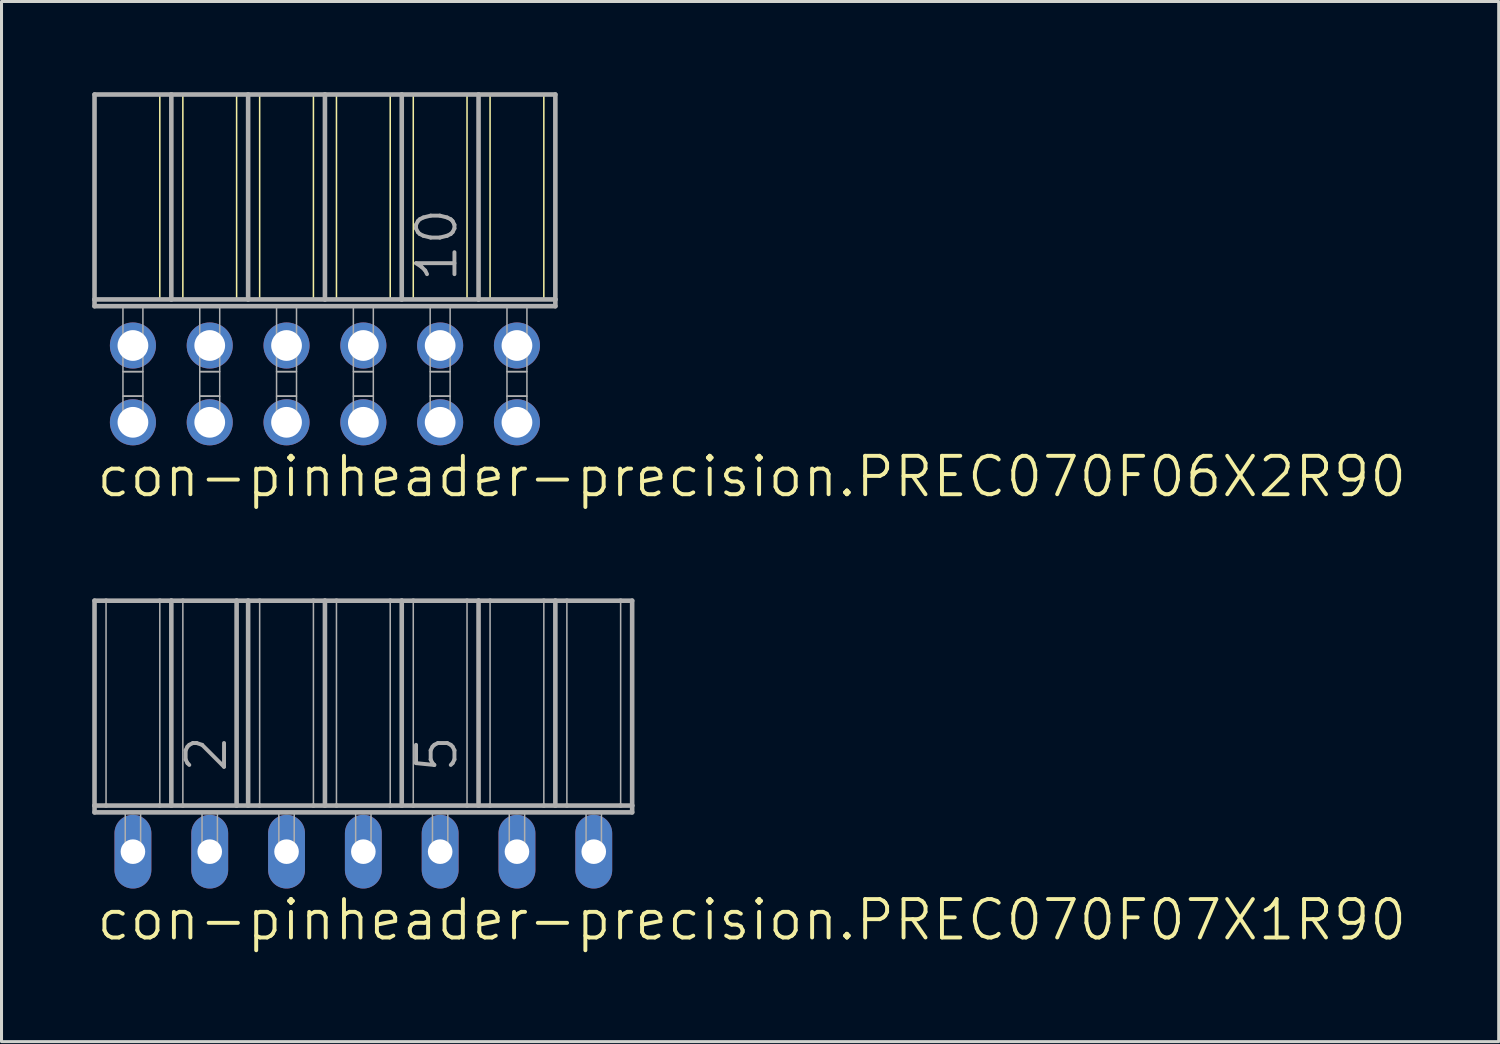
<source format=kicad_pcb>
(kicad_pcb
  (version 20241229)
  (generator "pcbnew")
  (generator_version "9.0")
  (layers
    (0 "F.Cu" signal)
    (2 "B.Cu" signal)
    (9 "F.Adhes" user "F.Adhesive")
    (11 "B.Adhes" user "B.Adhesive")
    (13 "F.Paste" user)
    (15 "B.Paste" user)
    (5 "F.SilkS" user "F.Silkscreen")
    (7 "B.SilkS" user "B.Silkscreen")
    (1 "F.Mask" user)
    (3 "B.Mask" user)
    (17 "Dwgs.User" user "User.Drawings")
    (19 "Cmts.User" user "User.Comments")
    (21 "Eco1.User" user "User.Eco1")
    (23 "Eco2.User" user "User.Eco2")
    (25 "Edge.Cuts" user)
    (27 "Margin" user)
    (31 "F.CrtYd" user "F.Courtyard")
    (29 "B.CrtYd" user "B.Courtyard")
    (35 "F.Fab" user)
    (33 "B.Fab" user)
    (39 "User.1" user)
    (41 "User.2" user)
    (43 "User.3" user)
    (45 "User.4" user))
  (footprint "con-pinheader-precision.PREC070F07X1R90"
    (layer "F.Cu")
    (at 8.966 25.115)
    (property "Reference" "con-pinheader-precision.PREC070F07X1R90" (at -8.89 3 0) (layer "F.SilkS") (effects (font (size 1.27 1.27) (thickness 0.13)) (justify left bottom)))
    (attr through_hole)
    (fp_line (start -8.89 -8.3) (end -8.509 -8.3) (stroke (width 0.152) (type default)) (layer "F.Fab"))
    (fp_line (start -8.89 -1.524) (end -8.89 -8.3) (stroke (width 0.152) (type default)) (layer "F.Fab"))
    (fp_line (start -8.89 -1.524) (end -8.509 -1.524) (stroke (width 0.152) (type default)) (layer "F.Fab"))
    (fp_line (start -8.89 -1.3) (end -8.89 -1.524) (stroke (width 0.152) (type default)) (layer "F.Fab"))
    (fp_line (start -8.89 -1.3) (end 8.89 -1.3) (stroke (width 0.152) (type default)) (layer "F.Fab"))
    (fp_line (start -8.509 -8.3) (end -8.509 -1.524) (stroke (width 0.051) (type default)) (layer "F.Fab"))
    (fp_line (start -8.509 -8.3) (end -6.731 -8.3) (stroke (width 0.152) (type default)) (layer "F.Fab"))
    (fp_line (start -8.509 -1.524) (end -6.731 -1.524) (stroke (width 0.152) (type default)) (layer "F.Fab"))
    (fp_line (start -6.731 -8.3) (end -6.731 -1.524) (stroke (width 0.051) (type default)) (layer "F.Fab"))
    (fp_line (start -6.731 -8.3) (end -6.35 -8.3) (stroke (width 0.152) (type default)) (layer "F.Fab"))
    (fp_line (start -6.731 -1.524) (end -6.35 -1.524) (stroke (width 0.152) (type default)) (layer "F.Fab"))
    (fp_line (start -6.35 -8.3) (end -6.35 -1.524) (stroke (width 0.152) (type default)) (layer "F.Fab"))
    (fp_line (start -6.35 -8.3) (end -5.969 -8.3) (stroke (width 0.152) (type default)) (layer "F.Fab"))
    (fp_line (start -6.35 -1.524) (end -5.969 -1.524) (stroke (width 0.152) (type default)) (layer "F.Fab"))
    (fp_line (start -5.969 -8.3) (end -5.969 -1.524) (stroke (width 0.051) (type default)) (layer "F.Fab"))
    (fp_line (start -5.969 -8.3) (end -4.191 -8.3) (stroke (width 0.152) (type default)) (layer "F.Fab"))
    (fp_line (start -5.969 -1.524) (end -4.191 -1.524) (stroke (width 0.152) (type default)) (layer "F.Fab"))
    (fp_line (start -4.191 -8.3) (end -4.191 -1.524) (stroke (width 0.152) (type default)) (layer "F.Fab"))
    (fp_line (start -4.191 -8.3) (end -3.81 -8.3) (stroke (width 0.152) (type default)) (layer "F.Fab"))
    (fp_line (start -4.191 -1.524) (end -3.81 -1.524) (stroke (width 0.152) (type default)) (layer "F.Fab"))
    (fp_line (start -3.81 -8.3) (end -3.81 -1.524) (stroke (width 0.152) (type default)) (layer "F.Fab"))
    (fp_line (start -3.81 -8.3) (end -3.429 -8.3) (stroke (width 0.152) (type default)) (layer "F.Fab"))
    (fp_line (start -3.81 -1.524) (end -3.429 -1.524) (stroke (width 0.152) (type default)) (layer "F.Fab"))
    (fp_line (start -3.429 -8.3) (end -3.429 -1.524) (stroke (width 0.051) (type default)) (layer "F.Fab"))
    (fp_line (start -3.429 -8.3) (end -1.651 -8.3) (stroke (width 0.152) (type default)) (layer "F.Fab"))
    (fp_line (start -3.429 -1.524) (end -1.651 -1.524) (stroke (width 0.152) (type default)) (layer "F.Fab"))
    (fp_line (start -1.651 -8.3) (end -1.651 -1.524) (stroke (width 0.051) (type default)) (layer "F.Fab"))
    (fp_line (start -1.651 -8.3) (end -1.27 -8.3) (stroke (width 0.152) (type default)) (layer "F.Fab"))
    (fp_line (start -1.651 -1.524) (end -1.27 -1.524) (stroke (width 0.152) (type default)) (layer "F.Fab"))
    (fp_line (start -1.27 -8.3) (end -1.27 -1.524) (stroke (width 0.152) (type default)) (layer "F.Fab"))
    (fp_line (start -1.27 -8.3) (end -0.889 -8.3) (stroke (width 0.152) (type default)) (layer "F.Fab"))
    (fp_line (start -1.27 -1.524) (end -0.889 -1.524) (stroke (width 0.152) (type default)) (layer "F.Fab"))
    (fp_line (start -0.889 -8.3) (end -0.889 -1.524) (stroke (width 0.051) (type default)) (layer "F.Fab"))
    (fp_line (start -0.889 -8.3) (end 0.889 -8.3) (stroke (width 0.152) (type default)) (layer "F.Fab"))
    (fp_line (start -0.889 -1.524) (end 0.889 -1.524) (stroke (width 0.152) (type default)) (layer "F.Fab"))
    (fp_line (start 0.889 -8.3) (end 0.889 -1.524) (stroke (width 0.051) (type default)) (layer "F.Fab"))
    (fp_line (start 0.889 -8.3) (end 1.27 -8.3) (stroke (width 0.152) (type default)) (layer "F.Fab"))
    (fp_line (start 0.889 -1.524) (end 1.27 -1.524) (stroke (width 0.152) (type default)) (layer "F.Fab"))
    (fp_line (start 1.27 -8.3) (end 1.27 -1.524) (stroke (width 0.152) (type default)) (layer "F.Fab"))
    (fp_line (start 1.27 -8.3) (end 1.651 -8.3) (stroke (width 0.152) (type default)) (layer "F.Fab"))
    (fp_line (start 1.27 -1.524) (end 1.651 -1.524) (stroke (width 0.152) (type default)) (layer "F.Fab"))
    (fp_line (start 1.651 -8.3) (end 1.651 -1.524) (stroke (width 0.051) (type default)) (layer "F.Fab"))
    (fp_line (start 1.651 -8.3) (end 3.429 -8.3) (stroke (width 0.152) (type default)) (layer "F.Fab"))
    (fp_line (start 1.651 -1.524) (end 3.429 -1.524) (stroke (width 0.152) (type default)) (layer "F.Fab"))
    (fp_line (start 3.429 -8.3) (end 3.429 -1.524) (stroke (width 0.051) (type default)) (layer "F.Fab"))
    (fp_line (start 3.429 -8.3) (end 3.81 -8.3) (stroke (width 0.152) (type default)) (layer "F.Fab"))
    (fp_line (start 3.429 -1.524) (end 3.81 -1.524) (stroke (width 0.152) (type default)) (layer "F.Fab"))
    (fp_line (start 3.81 -8.3) (end 3.81 -1.524) (stroke (width 0.152) (type default)) (layer "F.Fab"))
    (fp_line (start 3.81 -8.3) (end 4.191 -8.3) (stroke (width 0.152) (type default)) (layer "F.Fab"))
    (fp_line (start 3.81 -1.524) (end 4.191 -1.524) (stroke (width 0.152) (type default)) (layer "F.Fab"))
    (fp_line (start 4.191 -8.3) (end 4.191 -1.524) (stroke (width 0.051) (type default)) (layer "F.Fab"))
    (fp_line (start 4.191 -8.3) (end 5.969 -8.3) (stroke (width 0.152) (type default)) (layer "F.Fab"))
    (fp_line (start 4.191 -1.524) (end 5.969 -1.524) (stroke (width 0.152) (type default)) (layer "F.Fab"))
    (fp_line (start 5.969 -8.3) (end 5.969 -1.524) (stroke (width 0.051) (type default)) (layer "F.Fab"))
    (fp_line (start 5.969 -8.3) (end 6.35 -8.3) (stroke (width 0.152) (type default)) (layer "F.Fab"))
    (fp_line (start 5.969 -1.524) (end 6.35 -1.524) (stroke (width 0.152) (type default)) (layer "F.Fab"))
    (fp_line (start 6.35 -8.3) (end 6.35 -1.524) (stroke (width 0.152) (type default)) (layer "F.Fab"))
    (fp_line (start 6.35 -8.3) (end 6.731 -8.3) (stroke (width 0.152) (type default)) (layer "F.Fab"))
    (fp_line (start 6.35 -1.524) (end 6.731 -1.524) (stroke (width 0.152) (type default)) (layer "F.Fab"))
    (fp_line (start 6.731 -8.3) (end 6.731 -1.524) (stroke (width 0.051) (type default)) (layer "F.Fab"))
    (fp_line (start 6.731 -8.3) (end 8.509 -8.3) (stroke (width 0.152) (type default)) (layer "F.Fab"))
    (fp_line (start 6.731 -1.524) (end 8.509 -1.524) (stroke (width 0.152) (type default)) (layer "F.Fab"))
    (fp_line (start 8.509 -8.3) (end 8.509 -1.524) (stroke (width 0.051) (type default)) (layer "F.Fab"))
    (fp_line (start 8.509 -8.3) (end 8.89 -8.3) (stroke (width 0.152) (type default)) (layer "F.Fab"))
    (fp_line (start 8.509 -1.524) (end 8.89 -1.524) (stroke (width 0.152) (type default)) (layer "F.Fab"))
    (fp_line (start 8.89 -8.3) (end 8.89 -1.524) (stroke (width 0.152) (type default)) (layer "F.Fab"))
    (fp_line (start 8.89 -1.524) (end 8.89 -1.3) (stroke (width 0.152) (type default)) (layer "F.Fab"))
    (fp_rect (start -7.874 0) (end -7.366 -1.3) (stroke (width 0.05) (type default)) (fill no) (layer "F.Fab"))
    (fp_rect (start -5.334 0) (end -4.826 -1.3) (stroke (width 0.05) (type default)) (fill no) (layer "F.Fab"))
    (fp_rect (start -2.794 0) (end -2.286 -1.3) (stroke (width 0.05) (type default)) (fill no) (layer "F.Fab"))
    (fp_rect (start -0.254 0) (end 0.254 -1.3) (stroke (width 0.05) (type default)) (fill no) (layer "F.Fab"))
    (fp_rect (start 2.286 0) (end 2.794 -1.3) (stroke (width 0.05) (type default)) (fill no) (layer "F.Fab"))
    (fp_rect (start 4.826 0) (end 5.334 -1.3) (stroke (width 0.05) (type default)) (fill no) (layer "F.Fab"))
    (fp_rect (start 7.366 0) (end 7.874 -1.3) (stroke (width 0.05) (type default)) (fill no) (layer "F.Fab"))
    (fp_text user "2" (at -4.445 -2.54 90) (layer "F.Fab") (effects (font (size 1.27 1.27) (thickness 0.13)) (justify left bottom)))
    (fp_text user "5" (at 3.175 -2.54 90) (layer "F.Fab") (effects (font (size 1.27 1.27) (thickness 0.13)) (justify left bottom)))
    (pad "1" thru_hole oval (at -7.62 0 90) (size 2.438 1.219) (drill 0.813) (layers "*.Cu" "*.Mask"))
    (pad "2" thru_hole oval (at -5.08 0 90) (size 2.438 1.219) (drill 0.813) (layers "*.Cu" "*.Mask"))
    (pad "3" thru_hole oval (at -2.54 0 90) (size 2.438 1.219) (drill 0.813) (layers "*.Cu" "*.Mask"))
    (pad "4" thru_hole oval (at 0 0 90) (size 2.438 1.219) (drill 0.813) (layers "*.Cu" "*.Mask"))
    (pad "5" thru_hole oval (at 2.54 0 90) (size 2.438 1.219) (drill 0.813) (layers "*.Cu" "*.Mask"))
    (pad "6" thru_hole oval (at 5.08 0 90) (size 2.438 1.219) (drill 0.813) (layers "*.Cu" "*.Mask"))
    (pad "7" thru_hole oval (at 7.62 0 90) (size 2.438 1.219) (drill 0.813) (layers "*.Cu" "*.Mask")))
  (footprint "con-pinheader-precision.PREC070F06X2R90"
    (layer "F.Cu")
    (at 7.696 9.646)
    (property "Reference" "con-pinheader-precision.PREC070F06X2R90" (at -7.62 3.81 0) (layer "F.SilkS") (effects (font (size 1.27 1.27) (thickness 0.13)) (justify left bottom)))
    (attr through_hole)
    (fp_line (start -5.461 -9.57) (end -5.461 -2.794) (stroke (width 0.051) (type default)) (layer "F.SilkS"))
    (fp_line (start -4.699 -9.57) (end -4.699 -2.794) (stroke (width 0.051) (type default)) (layer "F.SilkS"))
    (fp_line (start -2.921 -9.57) (end -2.921 -2.794) (stroke (width 0.051) (type default)) (layer "F.SilkS"))
    (fp_line (start -2.159 -9.57) (end -2.159 -2.794) (stroke (width 0.051) (type default)) (layer "F.SilkS"))
    (fp_line (start -0.381 -9.57) (end -0.381 -2.794) (stroke (width 0.051) (type default)) (layer "F.SilkS"))
    (fp_line (start 0.381 -9.57) (end 0.381 -2.794) (stroke (width 0.051) (type default)) (layer "F.SilkS"))
    (fp_line (start 2.159 -9.57) (end 2.159 -2.794) (stroke (width 0.051) (type default)) (layer "F.SilkS"))
    (fp_line (start 2.921 -9.57) (end 2.921 -2.794) (stroke (width 0.051) (type default)) (layer "F.SilkS"))
    (fp_line (start 4.699 -9.57) (end 4.699 -2.794) (stroke (width 0.051) (type default)) (layer "F.SilkS"))
    (fp_line (start 5.461 -9.57) (end 5.461 -2.794) (stroke (width 0.051) (type default)) (layer "F.SilkS"))
    (fp_line (start 7.239 -9.57) (end 7.239 -2.794) (stroke (width 0.051) (type default)) (layer "F.SilkS"))
    (fp_line (start -7.62 -9.57) (end -5.08 -9.57) (stroke (width 0.152) (type default)) (layer "F.Fab"))
    (fp_line (start -7.62 -2.794) (end -7.62 -9.57) (stroke (width 0.152) (type default)) (layer "F.Fab"))
    (fp_line (start -7.62 -2.57) (end -7.62 -2.794) (stroke (width 0.152) (type default)) (layer "F.Fab"))
    (fp_line (start -7.62 -2.57) (end 7.62 -2.57) (stroke (width 0.152) (type default)) (layer "F.Fab"))
    (fp_line (start -5.08 -9.57) (end -2.54 -9.57) (stroke (width 0.152) (type default)) (layer "F.Fab"))
    (fp_line (start -5.08 -2.794) (end -7.62 -2.794) (stroke (width 0.152) (type default)) (layer "F.Fab"))
    (fp_line (start -5.08 -2.794) (end -5.08 -9.57) (stroke (width 0.152) (type default)) (layer "F.Fab"))
    (fp_line (start -5.08 -2.794) (end -2.54 -2.794) (stroke (width 0.152) (type default)) (layer "F.Fab"))
    (fp_line (start -2.54 -9.57) (end 0 -9.57) (stroke (width 0.152) (type default)) (layer "F.Fab"))
    (fp_line (start -2.54 -2.794) (end -2.54 -9.57) (stroke (width 0.152) (type default)) (layer "F.Fab"))
    (fp_line (start 0 -9.57) (end 2.54 -9.57) (stroke (width 0.152) (type default)) (layer "F.Fab"))
    (fp_line (start 0 -2.794) (end -2.54 -2.794) (stroke (width 0.152) (type default)) (layer "F.Fab"))
    (fp_line (start 0 -2.794) (end 0 -9.57) (stroke (width 0.152) (type default)) (layer "F.Fab"))
    (fp_line (start 2.54 -9.57) (end 5.08 -9.57) (stroke (width 0.152) (type default)) (layer "F.Fab"))
    (fp_line (start 2.54 -2.794) (end 0 -2.794) (stroke (width 0.152) (type default)) (layer "F.Fab"))
    (fp_line (start 2.54 -2.794) (end 2.54 -9.57) (stroke (width 0.152) (type default)) (layer "F.Fab"))
    (fp_line (start 5.08 -9.57) (end 7.62 -9.57) (stroke (width 0.152) (type default)) (layer "F.Fab"))
    (fp_line (start 5.08 -2.794) (end 2.54 -2.794) (stroke (width 0.152) (type default)) (layer "F.Fab"))
    (fp_line (start 5.08 -2.794) (end 5.08 -9.57) (stroke (width 0.152) (type default)) (layer "F.Fab"))
    (fp_line (start 7.62 -2.794) (end 5.08 -2.794) (stroke (width 0.152) (type default)) (layer "F.Fab"))
    (fp_line (start 7.62 -2.794) (end 7.62 -9.57) (stroke (width 0.152) (type default)) (layer "F.Fab"))
    (fp_line (start 7.62 -2.57) (end 7.62 -2.794) (stroke (width 0.152) (type default)) (layer "F.Fab"))
    (fp_rect (start -6.68 -0.406) (end -6.02 -2.57) (stroke (width 0.05) (type default)) (fill no) (layer "F.Fab"))
    (fp_rect (start -6.68 0.406) (end -6.02 -0.406) (stroke (width 0.05) (type default)) (fill no) (layer "F.Fab"))
    (fp_rect (start -6.68 1.575) (end -6.02 0.406) (stroke (width 0.05) (type default)) (fill no) (layer "F.Fab"))
    (fp_rect (start -4.14 -0.406) (end -3.48 -2.57) (stroke (width 0.05) (type default)) (fill no) (layer "F.Fab"))
    (fp_rect (start -4.14 0.406) (end -3.48 -0.406) (stroke (width 0.05) (type default)) (fill no) (layer "F.Fab"))
    (fp_rect (start -4.14 1.575) (end -3.48 0.406) (stroke (width 0.05) (type default)) (fill no) (layer "F.Fab"))
    (fp_rect (start -1.6 -0.406) (end -0.94 -2.57) (stroke (width 0.05) (type default)) (fill no) (layer "F.Fab"))
    (fp_rect (start -1.6 0.406) (end -0.94 -0.406) (stroke (width 0.05) (type default)) (fill no) (layer "F.Fab"))
    (fp_rect (start -1.6 1.575) (end -0.94 0.406) (stroke (width 0.05) (type default)) (fill no) (layer "F.Fab"))
    (fp_rect (start 0.94 -0.406) (end 1.6 -2.57) (stroke (width 0.05) (type default)) (fill no) (layer "F.Fab"))
    (fp_rect (start 0.94 0.406) (end 1.6 -0.406) (stroke (width 0.05) (type default)) (fill no) (layer "F.Fab"))
    (fp_rect (start 0.94 1.575) (end 1.6 0.406) (stroke (width 0.05) (type default)) (fill no) (layer "F.Fab"))
    (fp_rect (start 3.48 -0.406) (end 4.14 -2.57) (stroke (width 0.05) (type default)) (fill no) (layer "F.Fab"))
    (fp_rect (start 3.48 0.406) (end 4.14 -0.406) (stroke (width 0.05) (type default)) (fill no) (layer "F.Fab"))
    (fp_rect (start 3.48 1.575) (end 4.14 0.406) (stroke (width 0.05) (type default)) (fill no) (layer "F.Fab"))
    (fp_rect (start 6.02 -0.406) (end 6.68 -2.57) (stroke (width 0.05) (type default)) (fill no) (layer "F.Fab"))
    (fp_rect (start 6.02 0.406) (end 6.68 -0.406) (stroke (width 0.05) (type default)) (fill no) (layer "F.Fab"))
    (fp_rect (start 6.02 1.575) (end 6.68 0.406) (stroke (width 0.05) (type default)) (fill no) (layer "F.Fab"))
    (fp_text user "10" (at 4.445 -3.302 90) (layer "F.Fab") (effects (font (size 1.27 1.27) (thickness 0.13)) (justify left bottom)))
    (pad "1" thru_hole circle (at -6.35 -1.27 180) (size 1.524 1.524) (drill 1.016) (layers "*.Cu" "*.Mask"))
    (pad "2" thru_hole circle (at -6.35 1.27 180) (size 1.524 1.524) (drill 1.016) (layers "*.Cu" "*.Mask"))
    (pad "3" thru_hole circle (at -3.81 -1.27 180) (size 1.524 1.524) (drill 1.016) (layers "*.Cu" "*.Mask"))
    (pad "4" thru_hole circle (at -3.81 1.27 180) (size 1.524 1.524) (drill 1.016) (layers "*.Cu" "*.Mask"))
    (pad "5" thru_hole circle (at -1.27 -1.27 180) (size 1.524 1.524) (drill 1.016) (layers "*.Cu" "*.Mask"))
    (pad "6" thru_hole circle (at -1.27 1.27 180) (size 1.524 1.524) (drill 1.016) (layers "*.Cu" "*.Mask"))
    (pad "7" thru_hole circle (at 1.27 -1.27 180) (size 1.524 1.524) (drill 1.016) (layers "*.Cu" "*.Mask"))
    (pad "8" thru_hole circle (at 1.27 1.27 180) (size 1.524 1.524) (drill 1.016) (layers "*.Cu" "*.Mask"))
    (pad "9" thru_hole circle (at 3.81 -1.27 180) (size 1.524 1.524) (drill 1.016) (layers "*.Cu" "*.Mask"))
    (pad "10" thru_hole circle (at 3.81 1.27 180) (size 1.524 1.524) (drill 1.016) (layers "*.Cu" "*.Mask"))
    (pad "11" thru_hole circle (at 6.35 -1.27 180) (size 1.524 1.524) (drill 1.016) (layers "*.Cu" "*.Mask"))
    (pad "12" thru_hole circle (at 6.35 1.27 180) (size 1.524 1.524) (drill 1.016) (layers "*.Cu" "*.Mask")))
  (gr_rect
    (start -3 -3)
    (end 46.513 31.397)
    (stroke (width 0.1) (type default))
    (fill no)
    (layer "Edge.Cuts")))
</source>
